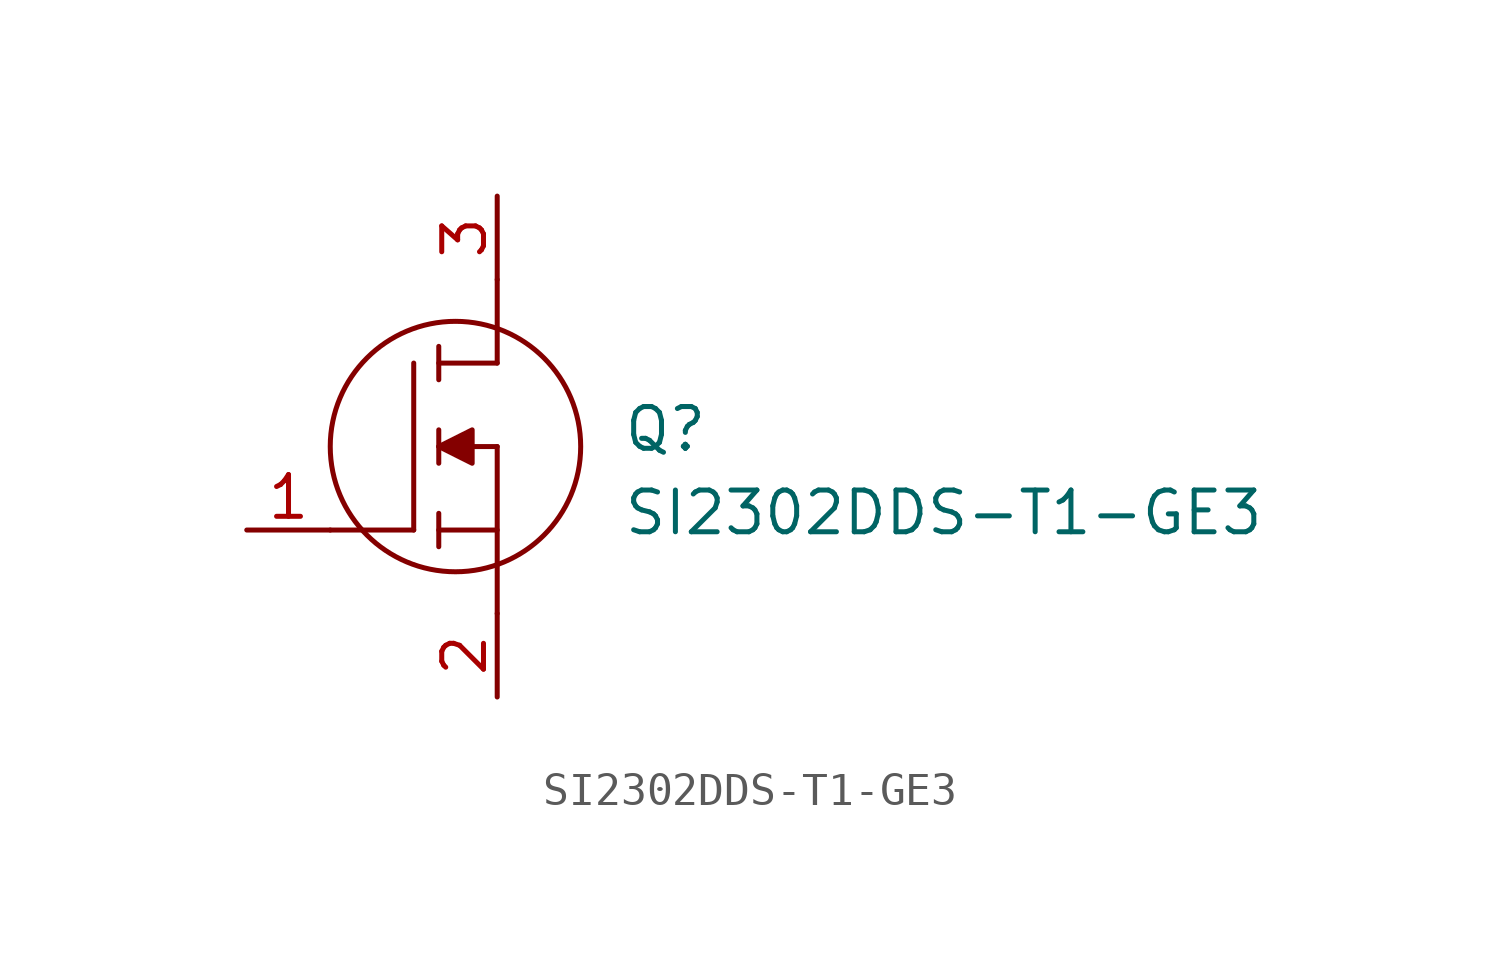
<source format=kicad_sym>
(kicad_symbol_lib
  (version 20220914)
  (generator kicad_symbol_editor)
  (symbol "SI2302DDS-T1-GE3"
    (pin_names hide)
    (property "Reference" "Q"
      (at 11.43 3.81 0)
      (effects (font (size 1.27 1.27)) (justify left top)))
    (property "Value" "SI2302DDS-T1-GE3"
      (at 11.43 1.27 0)
      (effects (font (size 1.27 1.27)) (justify left top)))
    (symbol "SI2302DDS-T1-GE3_1_1"
      (polyline (pts (xy 2.54 0) (xy 5.08 0)) (stroke (width 0) (type default)) (fill (type none)))
      (polyline (pts (xy 5.08 5.08) (xy 5.08 0)) (stroke (width 0) (type default)) (fill (type none)))
      (polyline (pts (xy 5.842 -0.508) (xy 5.842 0.508)) (stroke (width 0) (type default)) (fill (type none)))
      (polyline (pts (xy 5.842 0) (xy 7.62 0)) (stroke (width 0) (type default)) (fill (type none)))
      (polyline (pts (xy 5.842 2.032) (xy 5.842 3.048)) (stroke (width 0) (type default)) (fill (type none)))
      (polyline (pts (xy 5.842 5.588) (xy 5.842 4.572)) (stroke (width 0) (type default)) (fill (type none)))
      (polyline (pts (xy 7.62 2.54) (xy 5.842 2.54)) (stroke (width 0) (type default)) (fill (type none)))
      (polyline (pts (xy 7.62 2.54) (xy 7.62 -2.54)) (stroke (width 0) (type default)) (fill (type none)))
      (polyline (pts (xy 7.62 5.08) (xy 5.842 5.08)) (stroke (width 0) (type default)) (fill (type none)))
      (polyline (pts (xy 7.62 5.08) (xy 7.62 7.62)) (stroke (width 0) (type default)) (fill (type none)))
      (polyline (pts (xy 5.842 2.54) (xy 6.858 3.048) (xy 6.858 2.032) (xy 5.842 2.54)) (stroke (width 0) (type default)) (fill (type outline)))
      (circle (center 6.35 2.54) (radius 3.81) (stroke (width 0) (type default)) (fill (type none)))
      (pin passive line (at 0 0 0) (length 2.54) (name "G" (effects (font (size 1.27 1.27)))) (number "1" (effects (font (size 1.27 1.27)))))
      (pin passive line (at 7.62 -5.08 90) (length 2.54) (name "S" (effects (font (size 1.27 1.27)))) (number "2" (effects (font (size 1.27 1.27)))))
      (pin passive line (at 7.62 10.16 270) (length 2.54) (name "D" (effects (font (size 1.27 1.27)))) (number "3" (effects (font (size 1.27 1.27))))))))
</source>
